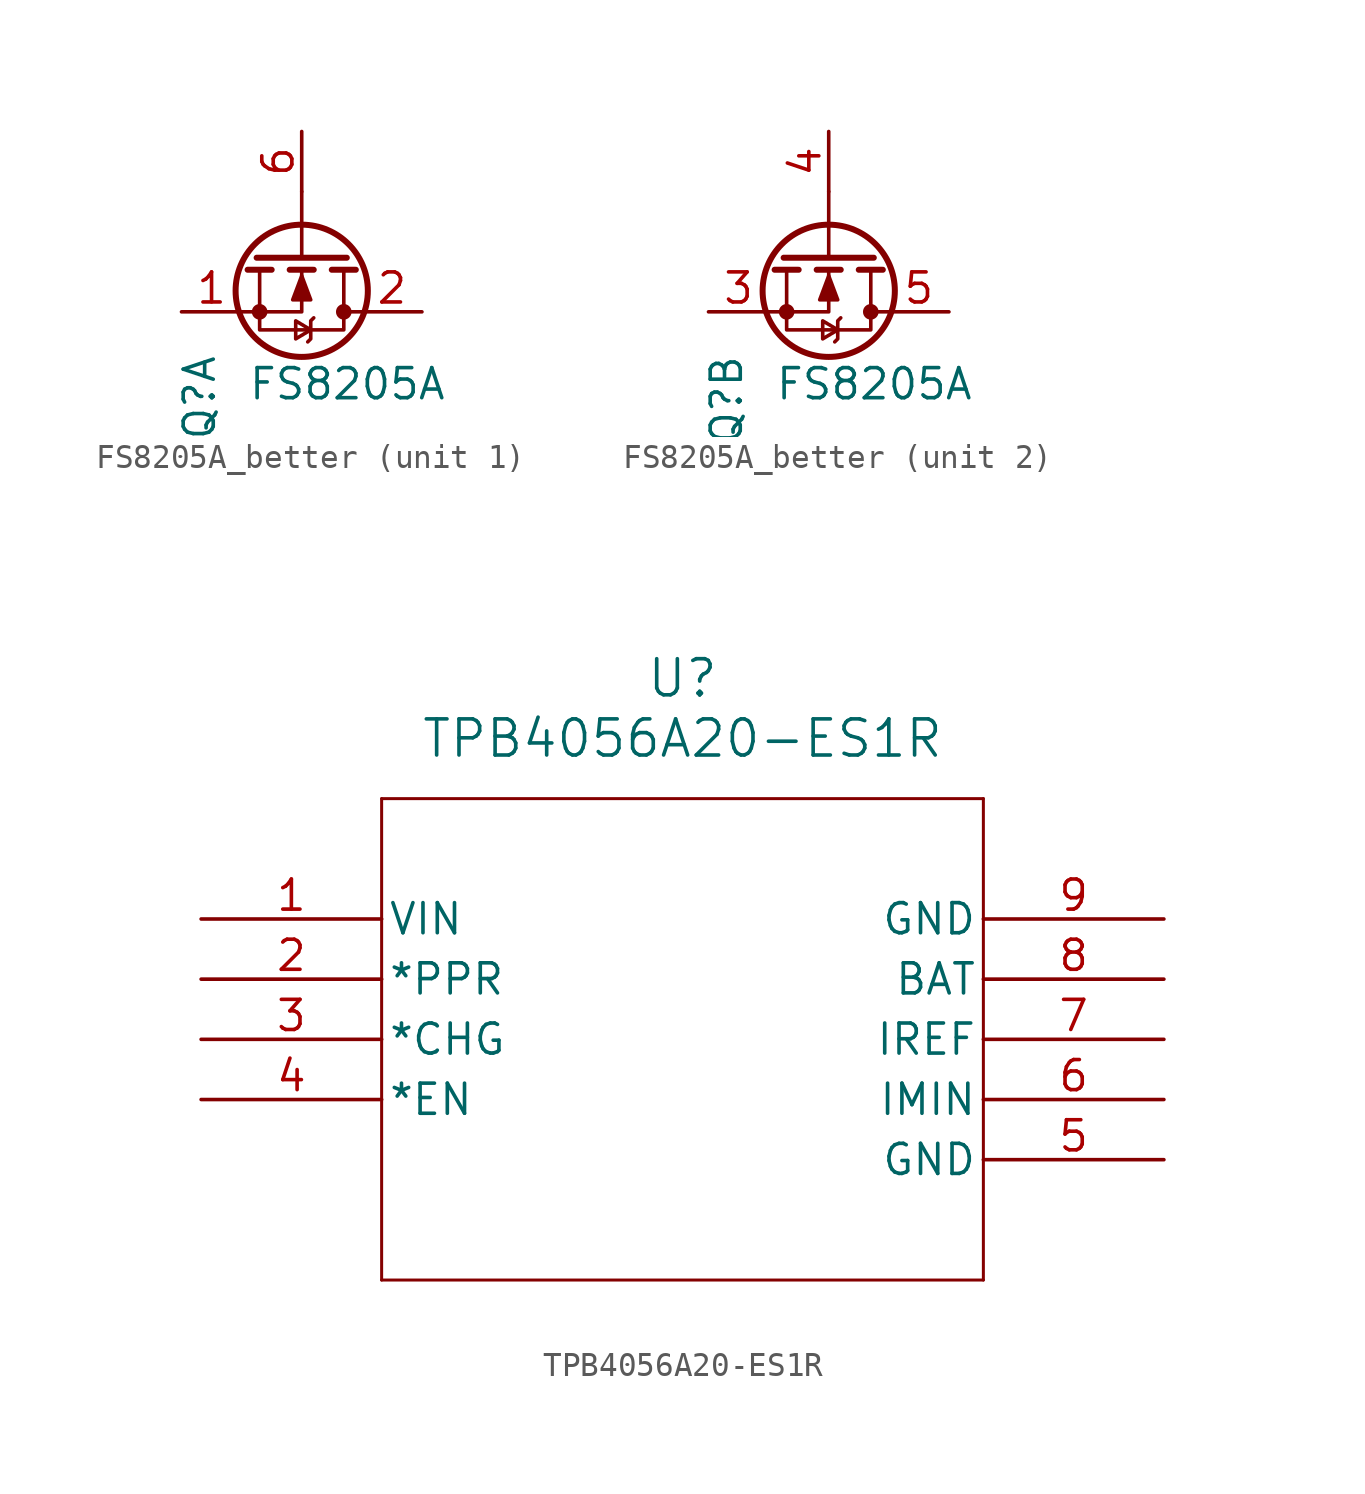
<source format=kicad_sym>
(kicad_symbol_lib
  (version 20241209)
  (generator "kicad_symbol_editor")
  (generator_version "9.0")
  (symbol "FS8205A_better"
    (pin_names
      (hide yes))
    (property "Reference" "Q"
      (at -4.318 -1.778 90)
      (effects (font (size 1.27 1.27)) (justify right)))
    (property "Value" "FS8205A"
      (at -2.286 -3.048 0)
      (effects (font (size 1.27 1.27)) (justify left)))
    (symbol "FS8205A_better_0_1"
      (polyline (pts (xy -2.54 0) (xy 0 0) (xy 0 1.778)) (stroke (width 0) (type default)) (fill (type none)))
      (polyline (pts (xy -1.778 1.778) (xy -1.778 -0.762) (xy 1.778 -0.762) (xy 1.778 1.778)) (stroke (width 0) (type default)) (fill (type none)))
      (circle (center -1.778 0) (radius 0.254) (stroke (width 0) (type default)) (fill (type outline)))
      (polyline (pts (xy -1.27 1.778) (xy -2.286 1.778)) (stroke (width 0.254) (type default)) (fill (type none)))
      (polyline (pts (xy 0 2.286) (xy 0 5.08)) (stroke (width 0) (type default)) (fill (type none)))
      (polyline (pts (xy 0 1.524) (xy 0.381 0.508) (xy -0.381 0.508) (xy 0 1.524)) (stroke (width 0) (type default)) (fill (type outline)))
      (circle (center 0 0.889) (radius 2.794) (stroke (width 0.254) (type default)) (fill (type none)))
      (polyline (pts (xy 0.381 -0.762) (xy -0.254 -0.381) (xy -0.254 -1.143) (xy 0.381 -0.762)) (stroke (width 0) (type default)) (fill (type none)))
      (polyline (pts (xy 0.508 1.778) (xy -0.508 1.778)) (stroke (width 0.254) (type default)) (fill (type none)))
      (polyline (pts (xy 0.508 -0.254) (xy 0.381 -0.381) (xy 0.381 -1.143) (xy 0.254 -1.27)) (stroke (width 0) (type default)) (fill (type none)))
      (circle (center 1.778 0) (radius 0.254) (stroke (width 0) (type default)) (fill (type outline)))
      (polyline (pts (xy 1.905 2.286) (xy -1.905 2.286)) (stroke (width 0.254) (type default)) (fill (type none)))
      (polyline (pts (xy 2.286 1.778) (xy 1.27 1.778)) (stroke (width 0.254) (type default)) (fill (type none)))
      (polyline (pts (xy 2.54 0) (xy 1.778 0)) (stroke (width 0) (type default)) (fill (type none))))
    (symbol "FS8205A_better_1_1"
      (pin passive line (at -5.08 0 0) (length 2.54) (name "D" (effects (font (size 1.27 1.27)))) (number "1" (effects (font (size 1.27 1.27)))))
      (pin input line (at 0 7.62 270) (length 2.54) (name "G" (effects (font (size 1.27 1.27)))) (number "6" (effects (font (size 1.27 1.27)))))
      (pin passive line (at 5.08 0 180) (length 2.54) (name "S" (effects (font (size 1.27 1.27)))) (number "2" (effects (font (size 1.27 1.27))))))
    (symbol "FS8205A_better_2_1"
      (pin passive line (at -5.08 0 0) (length 2.54) (name "D" (effects (font (size 1.27 1.27)))) (number "3" (effects (font (size 1.27 1.27)))))
      (pin input line (at 0 7.62 270) (length 2.54) (name "G" (effects (font (size 1.27 1.27)))) (number "4" (effects (font (size 1.27 1.27)))))
      (pin passive line (at 5.08 0 180) (length 2.54) (name "S" (effects (font (size 1.27 1.27)))) (number "5" (effects (font (size 1.27 1.27)))))))
  (symbol "TPB4056A20-ES1R"
    (pin_names
      (offset 0.254))
    (property "Reference" "U"
      (at 20.32 10.16 0)
      (effects (font (size 1.524 1.524))))
    (property "Value" "TPB4056A20-ES1R"
      (at 20.32 7.62 0)
      (effects (font (size 1.524 1.524))))
    (property "ki_locked" ""
      (at 0 0 0)
      (effects (font (size 1.27 1.27))))
    (symbol "TPB4056A20-ES1R_0_1"
      (polyline (pts (xy 7.62 5.08) (xy 7.62 -15.24)) (stroke (width 0.127) (type default)) (fill (type none)))
      (polyline (pts (xy 7.62 -15.24) (xy 33.02 -15.24)) (stroke (width 0.127) (type default)) (fill (type none)))
      (polyline (pts (xy 33.02 5.08) (xy 7.62 5.08)) (stroke (width 0.127) (type default)) (fill (type none)))
      (polyline (pts (xy 33.02 -15.24) (xy 33.02 5.08)) (stroke (width 0.127) (type default)) (fill (type none)))
      (pin power_in line (at 0 0 0) (length 7.62) (name "VIN" (effects (font (size 1.27 1.27)))) (number "1" (effects (font (size 1.27 1.27)))))
      (pin output line (at 0 -2.54 0) (length 7.62) (name "*PPR" (effects (font (size 1.27 1.27)))) (number "2" (effects (font (size 1.27 1.27)))))
      (pin output line (at 0 -5.08 0) (length 7.62) (name "*CHG" (effects (font (size 1.27 1.27)))) (number "3" (effects (font (size 1.27 1.27)))))
      (pin input line (at 0 -7.62 0) (length 7.62) (name "*EN" (effects (font (size 1.27 1.27)))) (number "4" (effects (font (size 1.27 1.27)))))
      (pin power_out line (at 40.64 0 180) (length 7.62) (name "GND" (effects (font (size 1.27 1.27)))) (number "9" (effects (font (size 1.27 1.27)))))
      (pin output line (at 40.64 -2.54 180) (length 7.62) (name "BAT" (effects (font (size 1.27 1.27)))) (number "8" (effects (font (size 1.27 1.27)))))
      (pin input line (at 40.64 -5.08 180) (length 7.62) (name "IREF" (effects (font (size 1.27 1.27)))) (number "7" (effects (font (size 1.27 1.27)))))
      (pin input line (at 40.64 -7.62 180) (length 7.62) (name "IMIN" (effects (font (size 1.27 1.27)))) (number "6" (effects (font (size 1.27 1.27)))))
      (pin power_out line (at 40.64 -10.16 180) (length 7.62) (name "GND" (effects (font (size 1.27 1.27)))) (number "5" (effects (font (size 1.27 1.27))))))))
</source>
